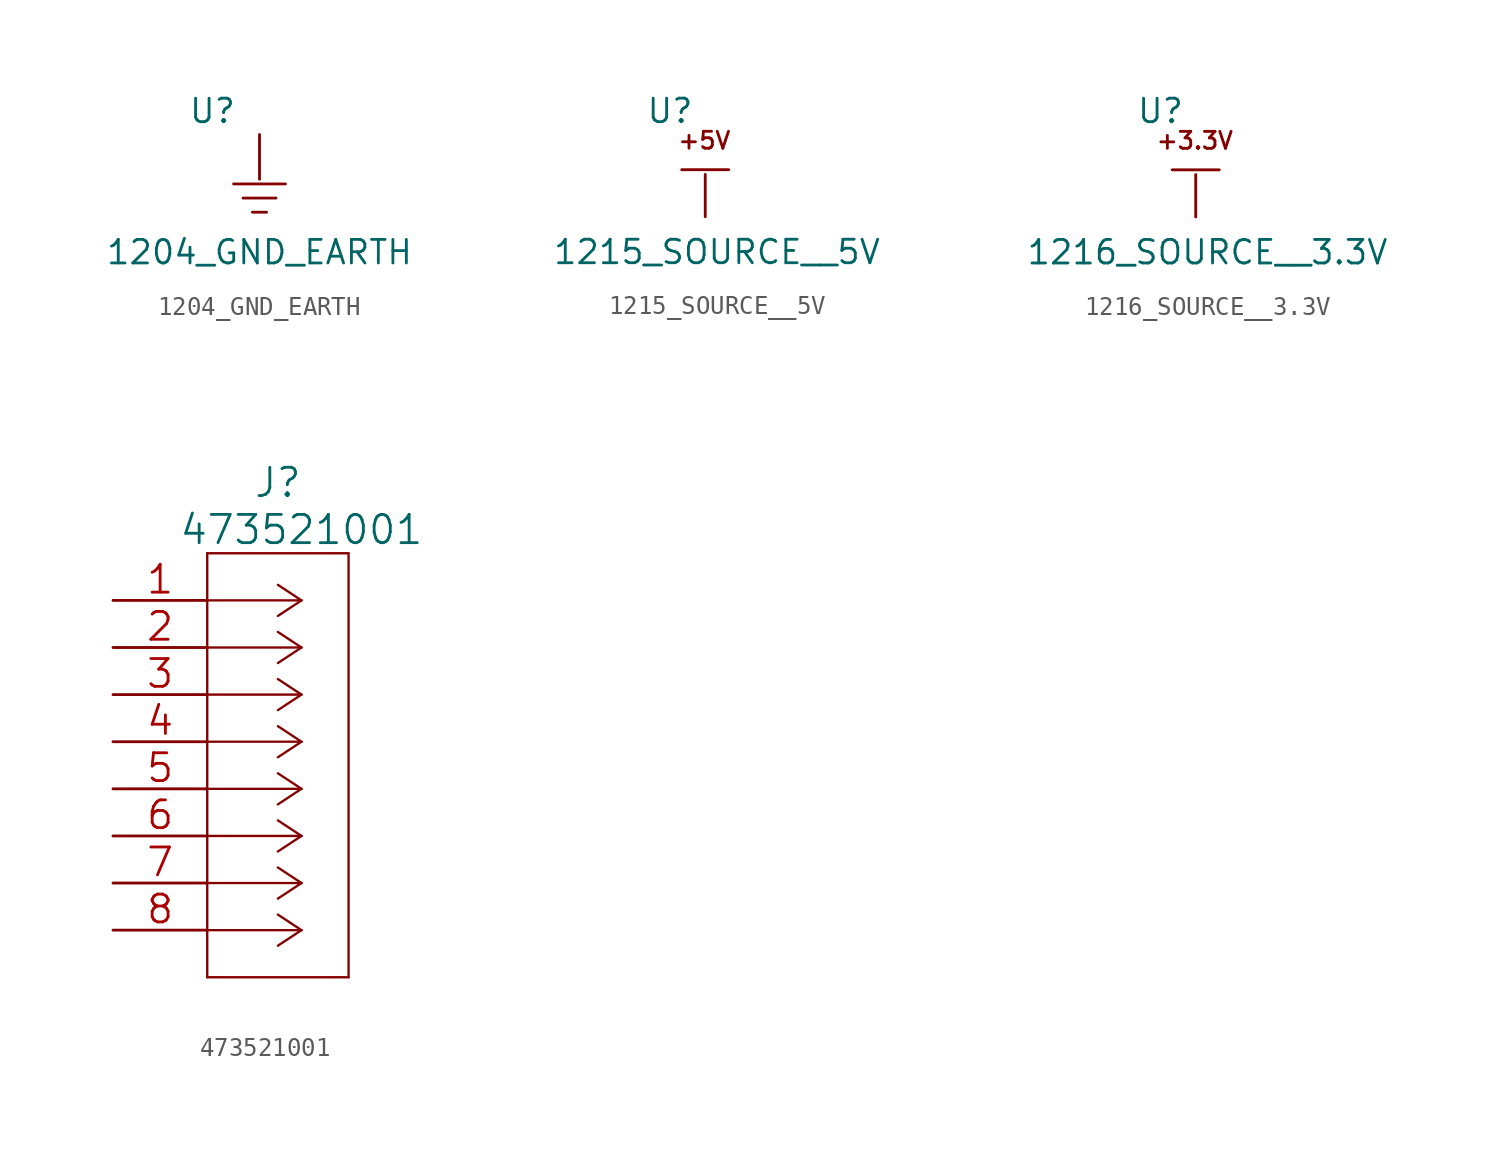
<source format=kicad_sym>
(kicad_symbol_lib
  (version 20220914)
  (generator kicad_symbol_editor)
  (symbol "1204_GND_EARTH"
    (power)
    (pin_numbers hide)
    (pin_names
      (offset 1.016) hide)
    (property "Reference" "U"
      (at -2.54 3.81 0)
      (effects (font (size 1.27 1.27))))
    (property "Value" "1204_GND_EARTH"
      (at 0 -3.81 0)
      (effects (font (size 1.27 1.27))))
    (symbol "1204_GND_EARTH_0_1"
      (polyline (pts (xy -0.381 -1.651) (xy -0.356 -1.651) (xy -0.33 -1.651) (xy -0.305 -1.651) (xy -0.279 -1.651) (xy -0.254 -1.651) (xy -0.229 -1.651) (xy -0.203 -1.651) (xy -0.178 -1.651) (xy -0.152 -1.651) (xy -0.127 -1.651) (xy -0.102 -1.651) (xy -0.076 -1.651) (xy -0.051 -1.651) (xy -0.025 -1.651) (xy 0 -1.651) (xy 0.025 -1.651) (xy 0.051 -1.651) (xy 0.076 -1.651) (xy 0.102 -1.651) (xy 0.127 -1.651) (xy 0.152 -1.651) (xy 0.178 -1.651) (xy 0.203 -1.651) (xy 0.229 -1.651) (xy 0.254 -1.651) (xy 0.279 -1.651) (xy 0.305 -1.651) (xy 0.33 -1.651) (xy 0.356 -1.651) (xy 0.381 -1.651)) (stroke (width 0) (type default)) (fill (type none)))
      (polyline (pts (xy -0.889 -0.889) (xy -0.864 -0.889) (xy -0.838 -0.889) (xy -0.813 -0.889) (xy -0.787 -0.889) (xy -0.762 -0.889) (xy -0.737 -0.889) (xy -0.711 -0.889) (xy -0.686 -0.889) (xy -0.66 -0.889) (xy -0.635 -0.889) (xy -0.61 -0.889) (xy -0.584 -0.889) (xy -0.559 -0.889) (xy -0.533 -0.889) (xy -0.508 -0.889) (xy -0.483 -0.889) (xy -0.457 -0.889) (xy -0.432 -0.889) (xy -0.406 -0.889) (xy -0.381 -0.889) (xy -0.356 -0.889) (xy -0.33 -0.889) (xy -0.305 -0.889) (xy -0.279 -0.889) (xy -0.254 -0.889) (xy -0.229 -0.889) (xy -0.203 -0.889) (xy -0.178 -0.889) (xy -0.152 -0.889) (xy -0.127 -0.889) (xy -0.102 -0.889) (xy -0.076 -0.889) (xy -0.051 -0.889) (xy -0.025 -0.889) (xy 0 -0.889) (xy 0.025 -0.889) (xy 0.051 -0.889) (xy 0.076 -0.889) (xy 0.102 -0.889) (xy 0.127 -0.889) (xy 0.152 -0.889) (xy 0.178 -0.889) (xy 0.203 -0.889) (xy 0.229 -0.889) (xy 0.254 -0.889) (xy 0.279 -0.889) (xy 0.305 -0.889) (xy 0.33 -0.889) (xy 0.356 -0.889) (xy 0.381 -0.889) (xy 0.406 -0.889) (xy 0.432 -0.889) (xy 0.457 -0.889) (xy 0.483 -0.889) (xy 0.508 -0.889) (xy 0.533 -0.889) (xy 0.559 -0.889) (xy 0.584 -0.889) (xy 0.61 -0.889) (xy 0.635 -0.889) (xy 0.66 -0.889) (xy 0.686 -0.889) (xy 0.711 -0.889) (xy 0.737 -0.889) (xy 0.762 -0.889) (xy 0.787 -0.889) (xy 0.813 -0.889) (xy 0.838 -0.889) (xy 0.864 -0.889) (xy 0.889 -0.889)) (stroke (width 0) (type default)) (fill (type none)))
      (polyline (pts (xy -1.397 -0.127) (xy -1.372 -0.127) (xy -1.346 -0.127) (xy -1.321 -0.127) (xy -1.295 -0.127) (xy -1.27 -0.127) (xy -1.245 -0.127) (xy -1.219 -0.127) (xy -1.194 -0.127) (xy -1.168 -0.127) (xy -1.143 -0.127) (xy -1.118 -0.127) (xy -1.092 -0.127) (xy -1.067 -0.127) (xy -1.041 -0.127) (xy -1.016 -0.127) (xy -0.991 -0.127) (xy -0.965 -0.127) (xy -0.94 -0.127) (xy -0.914 -0.127) (xy -0.889 -0.127) (xy -0.864 -0.127) (xy -0.838 -0.127) (xy -0.813 -0.127) (xy -0.787 -0.127) (xy -0.762 -0.127) (xy -0.737 -0.127) (xy -0.711 -0.127) (xy -0.686 -0.127) (xy -0.66 -0.127) (xy -0.635 -0.127) (xy -0.61 -0.127) (xy -0.584 -0.127) (xy -0.559 -0.127) (xy -0.533 -0.127) (xy -0.508 -0.127) (xy -0.483 -0.127) (xy -0.457 -0.127) (xy -0.432 -0.127) (xy -0.406 -0.127) (xy -0.381 -0.127) (xy -0.356 -0.127) (xy -0.33 -0.127) (xy -0.305 -0.127) (xy -0.279 -0.127) (xy -0.254 -0.127) (xy -0.229 -0.127) (xy -0.203 -0.127) (xy -0.178 -0.127) (xy -0.152 -0.127) (xy -0.127 -0.127) (xy -0.102 -0.127) (xy -0.076 -0.127) (xy -0.051 -0.127) (xy -0.025 -0.127) (xy 0 -0.127) (xy 0.025 -0.127) (xy 0.051 -0.127) (xy 0.076 -0.127) (xy 0.102 -0.127) (xy 0.127 -0.127) (xy 0.152 -0.127) (xy 0.178 -0.127) (xy 0.203 -0.127) (xy 0.229 -0.127) (xy 0.254 -0.127) (xy 0.279 -0.127) (xy 0.305 -0.127) (xy 0.33 -0.127) (xy 0.356 -0.127) (xy 0.381 -0.127) (xy 0.406 -0.127) (xy 0.432 -0.127) (xy 0.457 -0.127) (xy 0.483 -0.127) (xy 0.508 -0.127) (xy 0.533 -0.127) (xy 0.559 -0.127) (xy 0.584 -0.127) (xy 0.61 -0.127) (xy 0.635 -0.127) (xy 0.66 -0.127) (xy 0.686 -0.127) (xy 0.711 -0.127) (xy 0.737 -0.127) (xy 0.762 -0.127) (xy 0.787 -0.127) (xy 0.813 -0.127) (xy 0.838 -0.127) (xy 0.864 -0.127) (xy 0.889 -0.127) (xy 0.914 -0.127) (xy 0.94 -0.127) (xy 0.965 -0.127) (xy 0.991 -0.127) (xy 1.016 -0.127) (xy 1.041 -0.127) (xy 1.067 -0.127) (xy 1.092 -0.127) (xy 1.118 -0.127) (xy 1.143 -0.127) (xy 1.168 -0.127) (xy 1.194 -0.127) (xy 1.219 -0.127) (xy 1.245 -0.127) (xy 1.27 -0.127) (xy 1.295 -0.127) (xy 1.321 -0.127) (xy 1.346 -0.127) (xy 1.372 -0.127) (xy 1.397 -0.127)) (stroke (width 0) (type default)) (fill (type none))))
    (symbol "1204_GND_EARTH_1_1"
      (pin passive line (at 0 2.54 270) (length 2.413) (name "~" (effects (font (size 1.016 1.016)))) (number "~" (effects (font (size 1.016 1.016)))))))
  (symbol "1215_SOURCE__5V"
    (power)
    (pin_numbers hide)
    (pin_names
      (offset 1.016) hide)
    (property "Reference" "U"
      (at -2.54 3.81 0)
      (effects (font (size 1.27 1.27))))
    (property "Value" "1215_SOURCE__5V"
      (at 0 -3.81 0)
      (effects (font (size 1.27 1.27))))
    (symbol "1215_SOURCE__5V_0_0"
      (text "+5V" (at -0.686 1.676 0) (effects (font (size 0.914 0.914)) (justify bottom))))
    (symbol "1215_SOURCE__5V_0_1"
      (polyline (pts (xy -1.905 0.635) (xy 0.635 0.635)) (stroke (width 0) (type default)) (fill (type none))))
    (symbol "1215_SOURCE__5V_1_1"
      (pin passive line (at -0.635 -1.905 90) (length 2.286) (name "~" (effects (font (size 1.016 1.016)))) (number "~" (effects (font (size 1.016 1.016)))))))
  (symbol "1216_SOURCE__3.3V"
    (power)
    (pin_numbers hide)
    (pin_names
      (offset 1.016) hide)
    (property "Reference" "U"
      (at -2.54 3.81 0)
      (effects (font (size 1.27 1.27))))
    (property "Value" "1216_SOURCE__3.3V"
      (at 0 -3.81 0)
      (effects (font (size 1.27 1.27))))
    (symbol "1216_SOURCE__3.3V_0_0"
      (text "+3.3V" (at -0.686 1.676 0) (effects (font (size 0.914 0.914)) (justify bottom))))
    (symbol "1216_SOURCE__3.3V_0_1"
      (polyline (pts (xy -1.905 0.635) (xy 0.635 0.635)) (stroke (width 0) (type default)) (fill (type none))))
    (symbol "1216_SOURCE__3.3V_1_1"
      (pin passive line (at -0.635 -1.905 90) (length 2.286) (name "~" (effects (font (size 1.016 1.016)))) (number "~" (effects (font (size 1.016 1.016)))))))
  (symbol "473521001"
    (pin_names
      (offset 0.254) hide)
    (property "Reference" "J"
      (at 8.89 6.35 0)
      (effects (font (size 1.524 1.524))))
    (property "Value" "473521001"
      (at 10.16 3.81 0)
      (effects (font (size 1.524 1.524))))
    (property "Datasheet" ""
      (at 0 0 0)
      (effects (font (size 1.524 1.524))))
    (property "ki_locked" ""
      (at 0 0 0)
      (effects (font (size 1.27 1.27))))
    (symbol "473521001_1_1"
      (polyline (pts (xy 5.08 -20.32) (xy 12.7 -20.32)) (stroke (width 0.127) (type default)) (fill (type none)))
      (polyline (pts (xy 5.08 2.54) (xy 5.08 -20.32)) (stroke (width 0.127) (type default)) (fill (type none)))
      (polyline (pts (xy 10.16 -17.78) (xy 5.08 -17.78)) (stroke (width 0.127) (type default)) (fill (type none)))
      (polyline (pts (xy 10.16 -17.78) (xy 8.89 -18.618)) (stroke (width 0.127) (type default)) (fill (type none)))
      (polyline (pts (xy 10.16 -17.78) (xy 8.89 -16.942)) (stroke (width 0.127) (type default)) (fill (type none)))
      (polyline (pts (xy 10.16 -15.24) (xy 5.08 -15.24)) (stroke (width 0.127) (type default)) (fill (type none)))
      (polyline (pts (xy 10.16 -15.24) (xy 8.89 -16.078)) (stroke (width 0.127) (type default)) (fill (type none)))
      (polyline (pts (xy 10.16 -15.24) (xy 8.89 -14.402)) (stroke (width 0.127) (type default)) (fill (type none)))
      (polyline (pts (xy 10.16 -12.7) (xy 5.08 -12.7)) (stroke (width 0.127) (type default)) (fill (type none)))
      (polyline (pts (xy 10.16 -12.7) (xy 8.89 -13.538)) (stroke (width 0.127) (type default)) (fill (type none)))
      (polyline (pts (xy 10.16 -12.7) (xy 8.89 -11.862)) (stroke (width 0.127) (type default)) (fill (type none)))
      (polyline (pts (xy 10.16 -10.16) (xy 5.08 -10.16)) (stroke (width 0.127) (type default)) (fill (type none)))
      (polyline (pts (xy 10.16 -10.16) (xy 8.89 -10.998)) (stroke (width 0.127) (type default)) (fill (type none)))
      (polyline (pts (xy 10.16 -10.16) (xy 8.89 -9.322)) (stroke (width 0.127) (type default)) (fill (type none)))
      (polyline (pts (xy 10.16 -7.62) (xy 5.08 -7.62)) (stroke (width 0.127) (type default)) (fill (type none)))
      (polyline (pts (xy 10.16 -7.62) (xy 8.89 -8.458)) (stroke (width 0.127) (type default)) (fill (type none)))
      (polyline (pts (xy 10.16 -7.62) (xy 8.89 -6.782)) (stroke (width 0.127) (type default)) (fill (type none)))
      (polyline (pts (xy 10.16 -5.08) (xy 5.08 -5.08)) (stroke (width 0.127) (type default)) (fill (type none)))
      (polyline (pts (xy 10.16 -5.08) (xy 8.89 -5.918)) (stroke (width 0.127) (type default)) (fill (type none)))
      (polyline (pts (xy 10.16 -5.08) (xy 8.89 -4.242)) (stroke (width 0.127) (type default)) (fill (type none)))
      (polyline (pts (xy 10.16 -2.54) (xy 5.08 -2.54)) (stroke (width 0.127) (type default)) (fill (type none)))
      (polyline (pts (xy 10.16 -2.54) (xy 8.89 -3.378)) (stroke (width 0.127) (type default)) (fill (type none)))
      (polyline (pts (xy 10.16 -2.54) (xy 8.89 -1.702)) (stroke (width 0.127) (type default)) (fill (type none)))
      (polyline (pts (xy 10.16 0) (xy 5.08 0)) (stroke (width 0.127) (type default)) (fill (type none)))
      (polyline (pts (xy 10.16 0) (xy 8.89 -0.838)) (stroke (width 0.127) (type default)) (fill (type none)))
      (polyline (pts (xy 10.16 0) (xy 8.89 0.838)) (stroke (width 0.127) (type default)) (fill (type none)))
      (polyline (pts (xy 12.7 -20.32) (xy 12.7 2.54)) (stroke (width 0.127) (type default)) (fill (type none)))
      (polyline (pts (xy 12.7 2.54) (xy 5.08 2.54)) (stroke (width 0.127) (type default)) (fill (type none)))
      (pin unspecified line (at 0 0 0) (length 5.08) (name "DATA2" (effects (font (size 1.499 1.499)))) (number "1" (effects (font (size 1.499 1.499)))))
      (pin unspecified line (at 0 -2.54 0) (length 5.08) (name "CD/DATA3" (effects (font (size 1.499 1.499)))) (number "2" (effects (font (size 1.499 1.499)))))
      (pin unspecified line (at 0 -5.08 0) (length 5.08) (name "CMD" (effects (font (size 1.499 1.499)))) (number "3" (effects (font (size 1.499 1.499)))))
      (pin unspecified line (at 0 -7.62 0) (length 5.08) (name "VDD" (effects (font (size 1.499 1.499)))) (number "4" (effects (font (size 1.499 1.499)))))
      (pin unspecified line (at 0 -10.16 0) (length 5.08) (name "CLK" (effects (font (size 1.499 1.499)))) (number "5" (effects (font (size 1.499 1.499)))))
      (pin unspecified line (at 0 -12.7 0) (length 5.08) (name "VSS" (effects (font (size 1.499 1.499)))) (number "6" (effects (font (size 1.499 1.499)))))
      (pin unspecified line (at 0 -15.24 0) (length 5.08) (name "DATA0" (effects (font (size 1.499 1.499)))) (number "7" (effects (font (size 1.499 1.499)))))
      (pin unspecified line (at 0 -17.78 0) (length 5.08) (name "DATA1" (effects (font (size 1.499 1.499)))) (number "8" (effects (font (size 1.499 1.499))))))))
</source>
